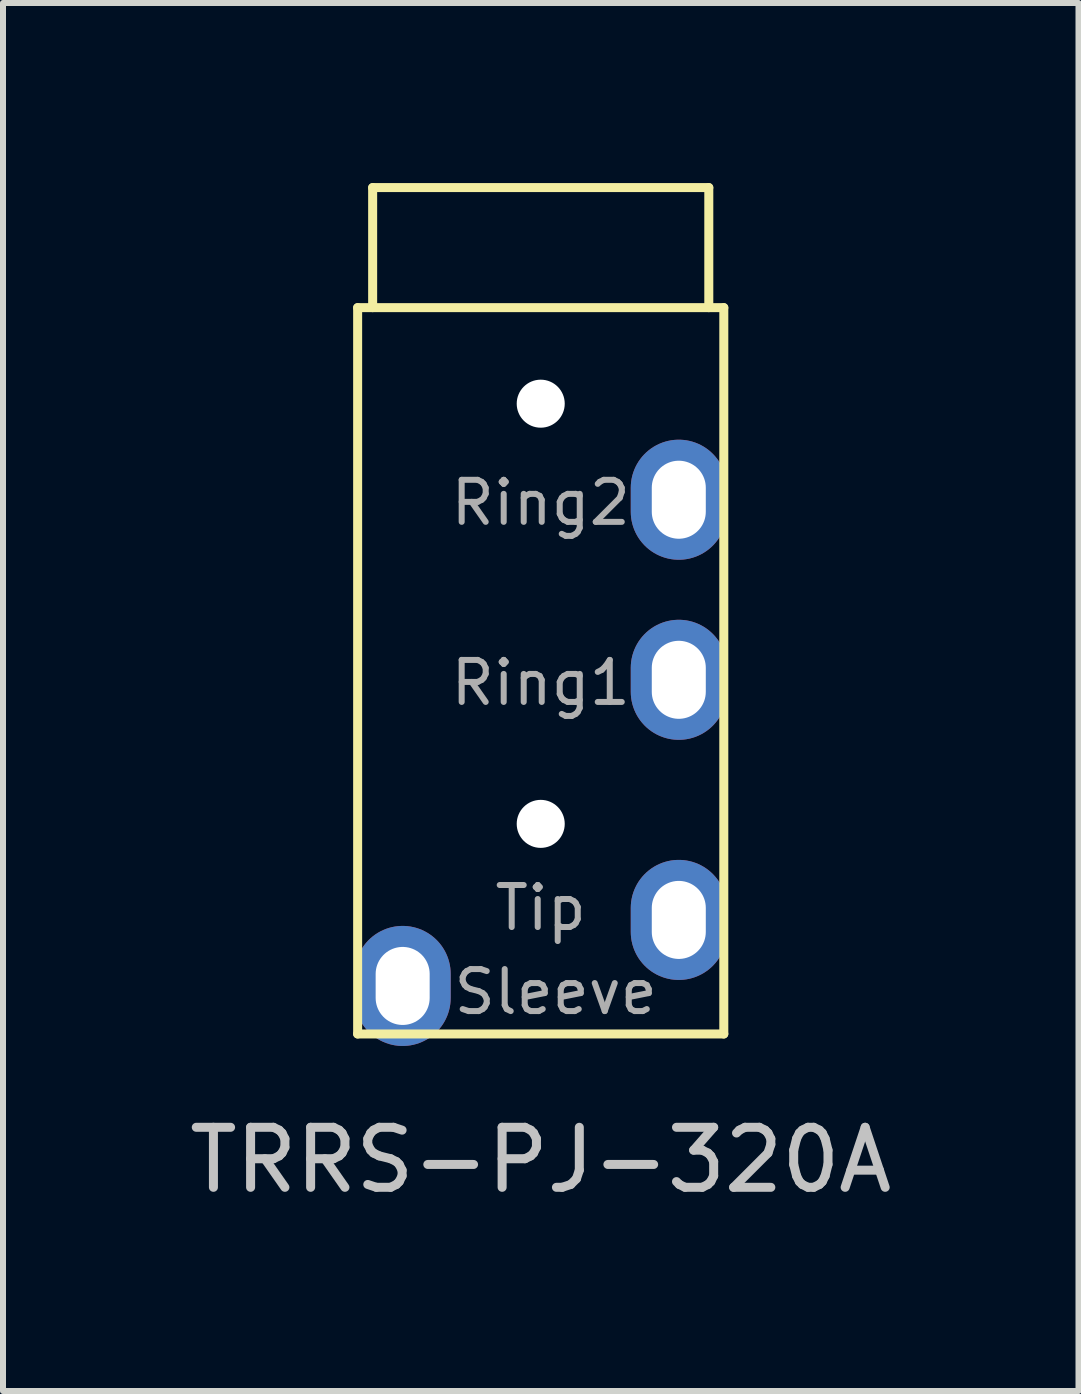
<source format=kicad_pcb>
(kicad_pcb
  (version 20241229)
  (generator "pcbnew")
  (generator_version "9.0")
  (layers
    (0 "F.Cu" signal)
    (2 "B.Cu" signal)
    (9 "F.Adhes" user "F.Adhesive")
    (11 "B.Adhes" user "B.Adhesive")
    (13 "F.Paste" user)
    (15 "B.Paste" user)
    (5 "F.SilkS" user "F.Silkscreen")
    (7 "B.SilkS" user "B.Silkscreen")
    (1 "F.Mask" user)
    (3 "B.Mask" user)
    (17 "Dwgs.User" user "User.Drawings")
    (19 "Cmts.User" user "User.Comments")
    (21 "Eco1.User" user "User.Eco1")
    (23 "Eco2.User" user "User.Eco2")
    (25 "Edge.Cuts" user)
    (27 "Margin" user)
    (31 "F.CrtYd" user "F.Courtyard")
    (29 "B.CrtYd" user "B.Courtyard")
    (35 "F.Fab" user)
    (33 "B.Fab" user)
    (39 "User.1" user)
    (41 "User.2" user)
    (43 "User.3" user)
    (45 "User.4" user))
  (footprint "TRRS-PJ-320A"
    (layer "F.Cu")
    (at 5.958 2.075)
    (property "Reference" "TRRS-PJ-320A" (at 0 14.2 0) (layer "Dwgs.User") (effects (font (size 1 1) (thickness 0.15))))
    (attr through_hole)
    (fp_line (start -3.05 0) (end -3.05 12.1) (stroke (width 0.15) (type solid)) (layer "F.SilkS"))
    (fp_line (start -2.8 0) (end -2.8 -2) (stroke (width 0.15) (type solid)) (layer "F.SilkS"))
    (fp_line (start 2.8 -2) (end -2.8 -2) (stroke (width 0.15) (type solid)) (layer "F.SilkS"))
    (fp_line (start 2.8 0) (end 2.8 -2) (stroke (width 0.15) (type solid)) (layer "F.SilkS"))
    (fp_line (start 3.05 0) (end -3.05 0) (stroke (width 0.15) (type solid)) (layer "F.SilkS"))
    (fp_line (start 3.05 0) (end 3.05 12.1) (stroke (width 0.15) (type solid)) (layer "F.SilkS"))
    (fp_line (start 3.05 12.1) (end -3.05 12.1) (stroke (width 0.15) (type solid)) (layer "F.SilkS"))
    (fp_text user "Tip" (at 0 10 0) (layer "F.Fab") (effects (font (size 0.7 0.7) (thickness 0.1))))
    (fp_text user "Ring1" (at 0 6.25 0) (layer "F.Fab") (effects (font (size 0.7 0.7) (thickness 0.1))))
    (fp_text user "Ring2" (at 0 3.25 0) (layer "F.Fab") (effects (font (size 0.7 0.7) (thickness 0.1))))
    (fp_text user "Sleeve" (at 0.25 11.4 0) (layer "F.Fab") (effects (font (size 0.7 0.7) (thickness 0.1))))
    (pad "" np_thru_hole circle (at 0 1.6) (size 0.8 0.8) (drill 0.8) (layers "*.Cu" "*.Mask"))
    (pad "" np_thru_hole circle (at 0 8.6) (size 0.8 0.8) (drill 0.8) (layers "*.Cu" "*.Mask"))
    (pad "1" thru_hole oval (at -2.3 11.3) (size 1.6 2) (drill oval 0.9 1.3) (layers "*.Cu" "*.Mask"))
    (pad "2" thru_hole oval (at 2.3 10.2) (size 1.6 2) (drill oval 0.9 1.3) (layers "*.Cu" "*.Mask"))
    (pad "3" thru_hole oval (at 2.3 6.2) (size 1.6 2) (drill oval 0.9 1.3) (layers "*.Cu" "*.Mask"))
    (pad "4" thru_hole oval (at 2.3 3.2) (size 1.6 2) (drill oval 0.9 1.3) (layers "*.Cu" "*.Mask")))
  (gr_rect
    (start -3 -3)
    (end 14.917 20.123)
    (stroke (width 0.1) (type default))
    (fill no)
    (layer "Edge.Cuts")))
</source>
